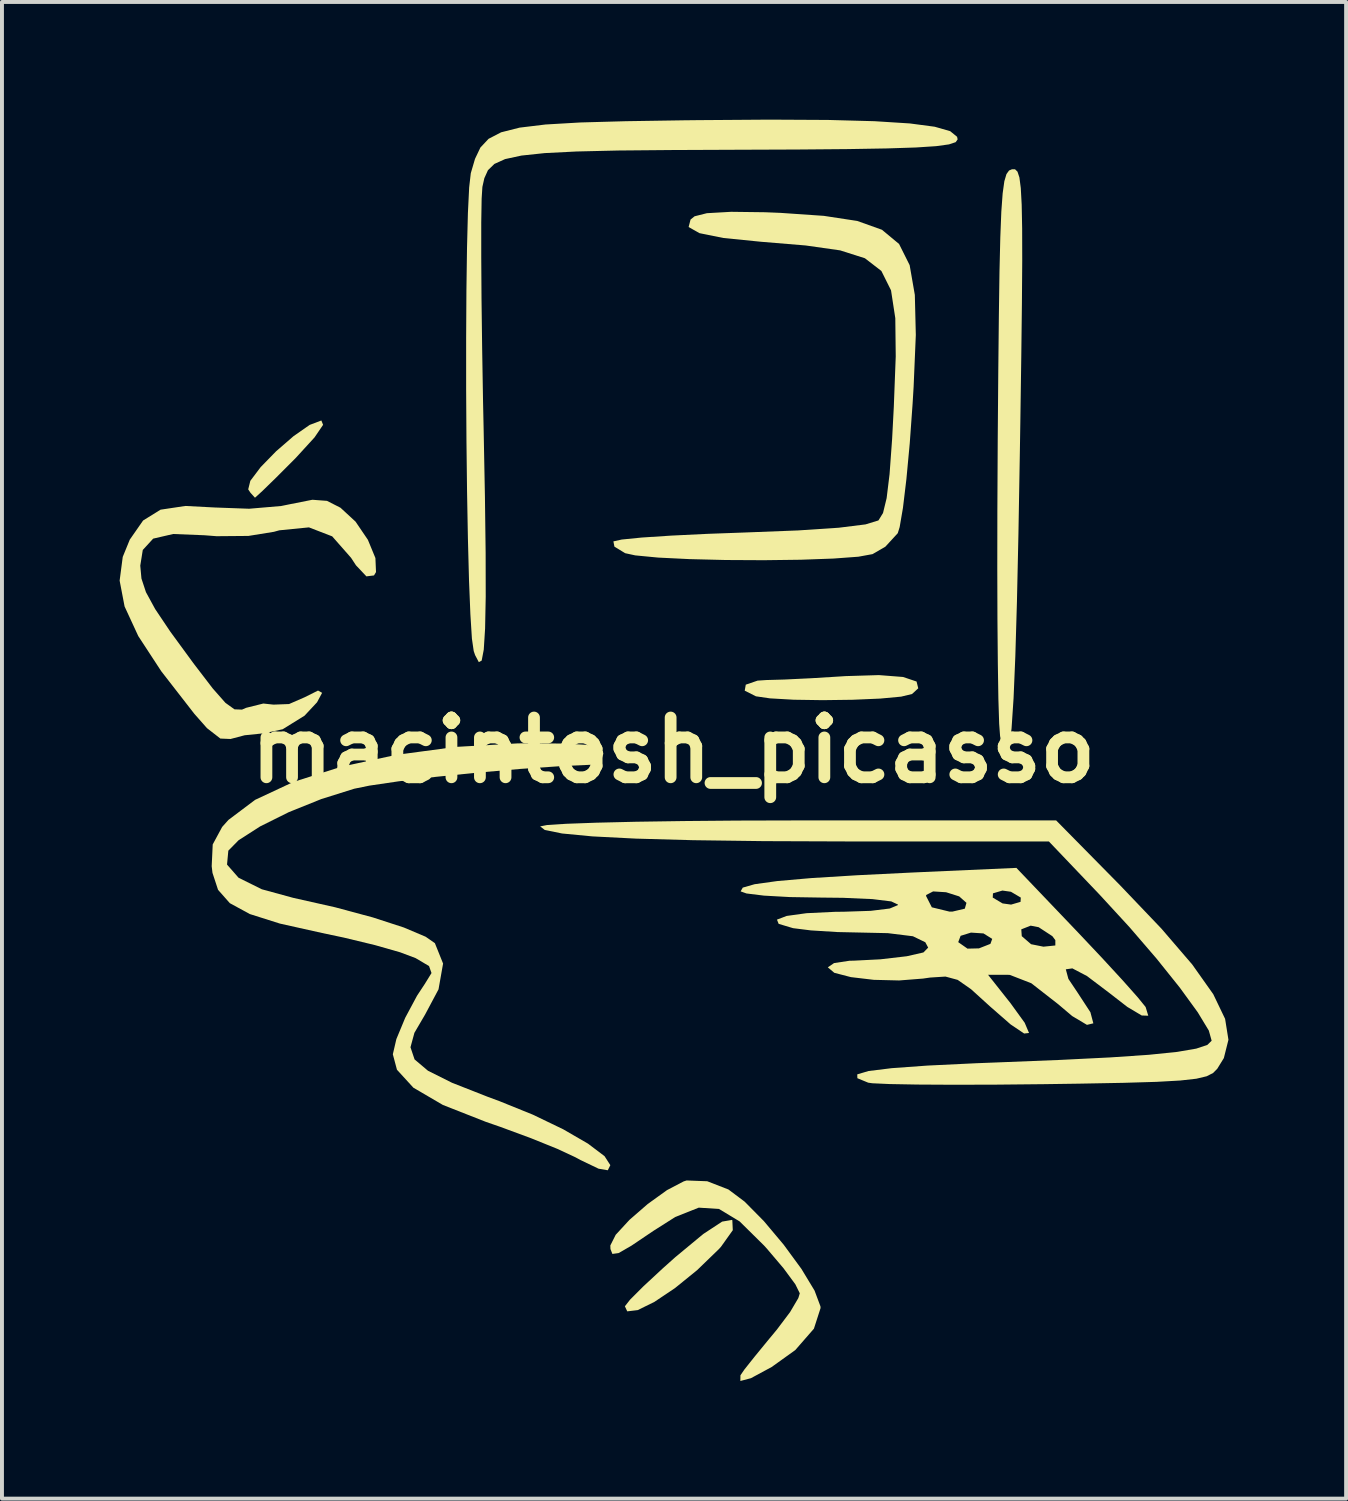
<source format=kicad_pcb>
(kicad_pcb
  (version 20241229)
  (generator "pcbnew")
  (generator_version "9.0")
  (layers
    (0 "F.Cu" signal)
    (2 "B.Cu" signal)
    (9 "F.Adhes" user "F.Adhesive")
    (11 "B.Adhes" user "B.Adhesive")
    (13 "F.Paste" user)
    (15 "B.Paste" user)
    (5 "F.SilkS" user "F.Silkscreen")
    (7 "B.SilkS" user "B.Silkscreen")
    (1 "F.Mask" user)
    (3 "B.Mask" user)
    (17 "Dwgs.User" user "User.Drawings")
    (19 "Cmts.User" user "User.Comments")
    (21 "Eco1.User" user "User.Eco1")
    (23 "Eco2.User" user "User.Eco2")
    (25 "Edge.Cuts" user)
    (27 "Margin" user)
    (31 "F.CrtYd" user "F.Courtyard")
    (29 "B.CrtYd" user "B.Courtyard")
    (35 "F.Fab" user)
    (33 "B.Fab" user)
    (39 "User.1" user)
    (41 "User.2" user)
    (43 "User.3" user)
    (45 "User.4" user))
  (footprint "macintosh_picasso"
    (layer "F.Cu")
    (at 14.12 16.077)
    (property "Reference" "macintosh_picasso" (at 0 0 0) (layer "F.SilkS") (effects (font (size 1.524 1.524) (thickness 0.3))))
    (attr board_only exclude_from_pos_files exclude_from_bom)
    (fp_poly (pts (xy -8.933 -8.296) (xy -9.151 -7.976) (xy -9.618 -7.465) (xy -9.659 -7.423) (xy -10.123 -6.958) (xy -10.478 -6.612) (xy -10.66 -6.446) (xy -10.671 -6.439) (xy -10.785 -6.565) (xy -10.842 -6.651) (xy -10.788 -6.869) (xy -10.524 -7.219) (xy -10.13 -7.623) (xy -9.687 -8.007) (xy -9.276 -8.294) (xy -8.978 -8.407) (xy -8.977 -8.407)) (stroke (width 0) (type solid)) (fill yes) (layer "F.SilkS"))
    (fp_poly (pts (xy 1.5 11.982) (xy 1.512 12.236) (xy 1.209 12.661) (xy 1.153 12.722) (xy 0.604 13.253) (xy 0.038 13.712) (xy -0.487 14.064) (xy -0.912 14.273) (xy -1.179 14.305) (xy -1.239 14.176) (xy -1.107 14.007) (xy -0.764 13.664) (xy -0.269 13.205) (xy 0.048 12.922) (xy 0.759 12.333) (xy 1.24 12.017) (xy 1.49 11.974)) (stroke (width 0) (type solid)) (fill yes) (layer "F.SilkS"))
    (fp_poly (pts (xy 5.853 -1.868) (xy 6.197 -1.752) (xy 6.24 -1.579) (xy 6.082 -1.434) (xy 5.805 -1.367) (xy 5.267 -1.317) (xy 4.567 -1.287) (xy 3.801 -1.277) (xy 3.066 -1.288) (xy 2.459 -1.323) (xy 2.102 -1.375) (xy 1.816 -1.519) (xy 1.843 -1.672) (xy 2.144 -1.775) (xy 2.37 -1.79) (xy 2.831 -1.803) (xy 3.512 -1.836) (xy 4.277 -1.883) (xy 4.382 -1.89) (xy 5.237 -1.916)) (stroke (width 0) (type solid)) (fill yes) (layer "F.SilkS"))
    (fp_poly (pts (xy 8.708 -14.811) (xy 8.77 -14.751) (xy 8.819 -14.603) (xy 8.854 -14.333) (xy 8.877 -13.91) (xy 8.889 -13.302) (xy 8.891 -12.478) (xy 8.883 -11.405) (xy 8.867 -10.051) (xy 8.843 -8.386) (xy 8.83 -7.57) (xy 8.794 -5.506) (xy 8.756 -3.785) (xy 8.715 -2.396) (xy 8.67 -1.324) (xy 8.619 -0.557) (xy 8.562 -0.081) (xy 8.498 0.118) (xy 8.426 0.053) (xy 8.345 -0.263) (xy 8.326 -0.363) (xy 8.303 -0.678) (xy 8.283 -1.308) (xy 8.269 -2.208) (xy 8.259 -3.336) (xy 8.255 -4.649) (xy 8.257 -6.102) (xy 8.265 -7.652) (xy 8.266 -7.868) (xy 8.28 -9.623) (xy 8.295 -11.054) (xy 8.311 -12.194) (xy 8.332 -13.075) (xy 8.358 -13.732) (xy 8.392 -14.198) (xy 8.435 -14.506) (xy 8.489 -14.689) (xy 8.555 -14.78) (xy 8.63 -14.812)) (stroke (width 0) (type solid)) (fill yes) (layer "F.SilkS"))
    (fp_poly (pts (xy 0.861 10.988) (xy 1.401 11.198) (xy 1.814 11.508) (xy 2.305 12.005) (xy 2.809 12.605) (xy 3.262 13.223) (xy 3.596 13.775) (xy 3.747 14.178) (xy 3.75 14.22) (xy 3.58 14.747) (xy 3.105 15.292) (xy 2.504 15.723) (xy 1.974 16.009) (xy 1.705 16.08) (xy 1.707 15.935) (xy 1.809 15.786) (xy 2.065 15.464) (xy 2.44 15.006) (xy 2.636 14.77) (xy 2.972 14.324) (xy 3.183 13.966) (xy 3.22 13.845) (xy 3.106 13.614) (xy 2.805 13.206) (xy 2.379 12.704) (xy 2.307 12.625) (xy 1.686 12.012) (xy 1.161 11.695) (xy 0.644 11.661) (xy 0.046 11.899) (xy -0.512 12.253) (xy -1.071 12.63) (xy -1.399 12.819) (xy -1.558 12.841) (xy -1.607 12.716) (xy -1.61 12.625) (xy -1.473 12.353) (xy -1.124 11.974) (xy -0.657 11.568) (xy -0.165 11.214) (xy 0.259 10.992) (xy 0.335 10.968)) (stroke (width 0) (type solid)) (fill yes) (layer "F.SilkS"))
    (fp_poly (pts (xy 2.337 -13.716) (xy 2.729 -13.7) (xy 3.833 -13.624) (xy 4.686 -13.494) (xy 5.315 -13.269) (xy 5.751 -12.907) (xy 6.021 -12.367) (xy 6.153 -11.608) (xy 6.178 -10.588) (xy 6.122 -9.265) (xy 6.096 -8.834) (xy 6.023 -7.821) (xy 5.938 -6.913) (xy 5.85 -6.179) (xy 5.766 -5.689) (xy 5.718 -5.534) (xy 5.402 -5.19) (xy 5.075 -5) (xy 4.713 -4.934) (xy 4.077 -4.887) (xy 3.246 -4.857) (xy 2.303 -4.845) (xy 1.328 -4.85) (xy 0.403 -4.873) (xy -0.392 -4.912) (xy -0.975 -4.968) (xy -1.233 -5.024) (xy -1.506 -5.191) (xy -1.532 -5.325) (xy -1.319 -5.372) (xy -0.808 -5.423) (xy -0.06 -5.472) (xy 0.867 -5.517) (xy 1.781 -5.55) (xy 3.175 -5.604) (xy 4.214 -5.673) (xy 4.896 -5.758) (xy 5.222 -5.858) (xy 5.228 -5.863) (xy 5.342 -6.049) (xy 5.434 -6.427) (xy 5.509 -7.041) (xy 5.574 -7.937) (xy 5.617 -8.757) (xy 5.666 -10.041) (xy 5.655 -11.015) (xy 5.546 -11.725) (xy 5.3 -12.219) (xy 4.88 -12.543) (xy 4.249 -12.744) (xy 3.369 -12.869) (xy 2.236 -12.963) (xy 1.276 -13.059) (xy 0.662 -13.183) (xy 0.386 -13.339) (xy 0.435 -13.53) (xy 0.538 -13.613) (xy 0.852 -13.692) (xy 1.47 -13.727)) (stroke (width 0) (type solid)) (fill yes) (layer "F.SilkS"))
    (fp_poly (pts (xy -8.834 -6.358) (xy -8.49 -6.183) (xy -8.106 -5.829) (xy -7.791 -5.365) (xy -7.599 -4.9) (xy -7.584 -4.542) (xy -7.635 -4.457) (xy -7.829 -4.433) (xy -8.095 -4.715) (xy -8.22 -4.906) (xy -8.701 -5.453) (xy -9.294 -5.682) (xy -10.049 -5.607) (xy -10.187 -5.569) (xy -10.836 -5.464) (xy -11.649 -5.457) (xy -11.956 -5.481) (xy -12.755 -5.513) (xy -13.265 -5.395) (xy -13.53 -5.106) (xy -13.594 -4.706) (xy -13.564 -4.378) (xy -13.449 -4.03) (xy -13.214 -3.599) (xy -12.826 -3.021) (xy -12.248 -2.231) (xy -12.218 -2.191) (xy -11.746 -1.575) (xy -11.422 -1.208) (xy -11.192 -1.043) (xy -11.001 -1.036) (xy -10.894 -1.082) (xy -10.457 -1.191) (xy -10.197 -1.163) (xy -9.801 -1.178) (xy -9.399 -1.353) (xy -9.062 -1.522) (xy -8.958 -1.464) (xy -9.087 -1.223) (xy -9.406 -0.881) (xy -9.964 -0.535) (xy -10.434 -0.433) (xy -10.933 -0.382) (xy -11.293 -0.287) (xy -11.552 -0.298) (xy -11.894 -0.564) (xy -12.215 -0.928) (xy -13.058 -2.013) (xy -13.645 -2.911) (xy -13.994 -3.666) (xy -14.12 -4.324) (xy -14.041 -4.929) (xy -13.861 -5.37) (xy -13.522 -5.857) (xy -13.077 -6.133) (xy -12.444 -6.228) (xy -11.694 -6.189) (xy -10.818 -6.157) (xy -10.001 -6.227) (xy -9.756 -6.277) (xy -9.206 -6.386)) (stroke (width 0) (type solid)) (fill yes) (layer "F.SilkS"))
    (fp_poly (pts (xy 11.386 3.443) (xy 12.439 4.547) (xy 13.225 5.462) (xy 13.761 6.219) (xy 14.063 6.848) (xy 14.148 7.381) (xy 14.031 7.848) (xy 13.864 8.119) (xy 13.758 8.227) (xy 13.595 8.311) (xy 13.331 8.374) (xy 12.919 8.42) (xy 12.314 8.454) (xy 11.471 8.479) (xy 10.346 8.5) (xy 9.442 8.513) (xy 8.242 8.525) (xy 7.15 8.528) (xy 6.221 8.523) (xy 5.51 8.51) (xy 5.07 8.49) (xy 4.964 8.475) (xy 4.688 8.361) (xy 4.685 8.263) (xy 4.972 8.178) (xy 5.564 8.105) (xy 6.476 8.039) (xy 7.724 7.979) (xy 8.242 7.959) (xy 9.851 7.895) (xy 11.134 7.831) (xy 12.12 7.764) (xy 12.841 7.69) (xy 13.327 7.607) (xy 13.611 7.512) (xy 13.72 7.405) (xy 13.648 7.147) (xy 13.365 6.68) (xy 12.909 6.053) (xy 12.317 5.314) (xy 11.626 4.511) (xy 10.874 3.693) (xy 10.861 3.679) (xy 9.57 2.325) (xy 4.454 2.325) (xy 2.3 2.317) (xy 0.498 2.293) (xy -0.956 2.253) (xy -2.068 2.196) (xy -2.841 2.122) (xy -3.282 2.032) (xy -3.399 1.941) (xy -3.226 1.907) (xy -2.736 1.875) (xy -1.966 1.847) (xy -0.958 1.823) (xy 0.25 1.805) (xy 1.619 1.793) (xy 3.108 1.789) (xy 3.179 1.789) (xy 9.756 1.789)) (stroke (width 0) (type solid)) (fill yes) (layer "F.SilkS"))
    (fp_poly (pts (xy 3.943 -16.069) (xy 5.128 -16.037) (xy 6.026 -15.98) (xy 6.66 -15.896) (xy 7.054 -15.783) (xy 7.23 -15.64) (xy 7.244 -15.574) (xy 7.195 -15.503) (xy 7.024 -15.446) (xy 6.697 -15.401) (xy 6.181 -15.367) (xy 5.442 -15.343) (xy 4.445 -15.326) (xy 3.158 -15.315) (xy 1.61 -15.309) (xy -0.06 -15.302) (xy -1.408 -15.29) (xy -2.47 -15.265) (xy -3.281 -15.224) (xy -3.876 -15.161) (xy -4.293 -15.071) (xy -4.565 -14.948) (xy -4.73 -14.788) (xy -4.822 -14.584) (xy -4.872 -14.361) (xy -4.891 -14.063) (xy -4.901 -13.455) (xy -4.901 -12.585) (xy -4.894 -11.501) (xy -4.878 -10.25) (xy -4.855 -8.881) (xy -4.841 -8.228) (xy -4.807 -6.459) (xy -4.789 -5.028) (xy -4.787 -3.915) (xy -4.803 -3.1) (xy -4.837 -2.564) (xy -4.89 -2.286) (xy -4.963 -2.246) (xy -5.058 -2.426) (xy -5.093 -2.529) (xy -5.139 -2.846) (xy -5.178 -3.466) (xy -5.213 -4.336) (xy -5.241 -5.399) (xy -5.263 -6.602) (xy -5.278 -7.89) (xy -5.286 -9.208) (xy -5.286 -10.503) (xy -5.279 -11.719) (xy -5.264 -12.802) (xy -5.241 -13.697) (xy -5.209 -14.35) (xy -5.168 -14.707) (xy -5.167 -14.713) (xy -5.06 -15.077) (xy -4.923 -15.365) (xy -4.714 -15.588) (xy -4.394 -15.754) (xy -3.924 -15.873) (xy -3.263 -15.953) (xy -2.373 -16.005) (xy -1.212 -16.037) (xy 0.258 -16.06) (xy 0.618 -16.064) (xy 2.447 -16.077)) (stroke (width 0) (type solid)) (fill yes) (layer "F.SilkS"))
    (fp_poly (pts (xy -2.776 -0.17) (xy -2.23 -0.139) (xy -1.924 -0.076) (xy -1.8 0.026) (xy -1.789 0.089) (xy -1.862 0.33) (xy -1.923 0.362) (xy -2.837 0.403) (xy -3.888 0.475) (xy -4.99 0.57) (xy -6.058 0.678) (xy -7.007 0.792) (xy -7.752 0.902) (xy -8.139 0.981) (xy -8.98 1.245) (xy -9.809 1.579) (xy -10.54 1.943) (xy -11.087 2.294) (xy -11.349 2.56) (xy -11.382 2.915) (xy -11.088 3.25) (xy -10.496 3.544) (xy -9.698 3.762) (xy -8.627 4.003) (xy -7.664 4.262) (xy -6.874 4.519) (xy -6.319 4.754) (xy -6.083 4.918) (xy -5.874 5.438) (xy -5.99 6.095) (xy -6.333 6.739) (xy -6.605 7.204) (xy -6.705 7.572) (xy -6.601 7.882) (xy -6.259 8.171) (xy -5.647 8.477) (xy -4.734 8.836) (xy -4.434 8.947) (xy -3.584 9.291) (xy -2.81 9.664) (xy -2.18 10.029) (xy -1.758 10.348) (xy -1.61 10.578) (xy -1.675 10.708) (xy -1.91 10.668) (xy -2.373 10.446) (xy -2.504 10.375) (xy -2.954 10.165) (xy -3.629 9.892) (xy -4.414 9.602) (xy -4.783 9.474) (xy -5.879 9.043) (xy -6.631 8.603) (xy -7.05 8.145) (xy -7.155 7.751) (xy -7.065 7.364) (xy -6.839 6.82) (xy -6.538 6.258) (xy -6.341 5.959) (xy -6.169 5.68) (xy -6.232 5.502) (xy -6.575 5.299) (xy -6.575 5.299) (xy -6.969 5.151) (xy -7.613 4.967) (xy -8.405 4.776) (xy -8.959 4.659) (xy -10.034 4.419) (xy -10.801 4.176) (xy -11.31 3.899) (xy -11.611 3.559) (xy -11.753 3.126) (xy -11.773 2.956) (xy -11.747 2.401) (xy -11.506 1.955) (xy -11.346 1.776) (xy -10.667 1.265) (xy -9.69 0.808) (xy -8.474 0.422) (xy -7.076 0.119) (xy -5.556 -0.085) (xy -3.969 -0.175) (xy -3.622 -0.178)) (stroke (width 0) (type solid)) (fill yes) (layer "F.SilkS"))
    (fp_poly (pts (xy 10.319 4.651) (xy 10.928 5.297) (xy 11.452 5.866) (xy 11.837 6.3) (xy 12.032 6.54) (xy 12.038 6.55) (xy 12.104 6.768) (xy 11.937 6.762) (xy 11.571 6.544) (xy 11.09 6.171) (xy 10.541 5.756) (xy 10.169 5.561) (xy 10.002 5.585) (xy 10.068 5.829) (xy 10.293 6.165) (xy 10.629 6.679) (xy 10.704 6.962) (xy 10.541 7.001) (xy 10.165 6.777) (xy 9.807 6.474) (xy 9.122 5.94) (xy 8.577 5.728) (xy 8.506 5.724) (xy 8.019 5.724) (xy 8.592 6.448) (xy 8.954 6.948) (xy 9.064 7.208) (xy 8.94 7.222) (xy 8.595 6.99) (xy 8.073 6.534) (xy 7.587 6.093) (xy 7.245 5.854) (xy 6.934 5.77) (xy 6.542 5.795) (xy 6.362 5.821) (xy 5.753 5.869) (xy 5.107 5.853) (xy 4.523 5.784) (xy 4.1 5.674) (xy 3.935 5.535) (xy 3.935 5.534) (xy 4.093 5.426) (xy 4.485 5.367) (xy 4.606 5.364) (xy 5.274 5.33) (xy 5.944 5.252) (xy 5.95 5.251) (xy 6.372 5.155) (xy 6.493 5.032) (xy 6.42 4.895) (xy 6.414 4.892) (xy 7.259 4.892) (xy 7.496 5.058) (xy 7.788 5.051) (xy 8.08 4.936) (xy 8.126 4.809) (xy 7.903 4.67) (xy 7.584 4.649) (xy 7.32 4.731) (xy 7.259 4.892) (xy 6.414 4.892) (xy 6.104 4.742) (xy 5.465 4.663) (xy 4.919 4.651) (xy 4.181 4.635) (xy 3.504 4.593) (xy 3.29 4.566) (xy 8.867 4.566) (xy 8.879 4.74) (xy 9.117 4.945) (xy 9.432 5.008) (xy 9.735 4.977) (xy 9.735 4.841) (xy 9.659 4.74) (xy 9.309 4.511) (xy 9.106 4.472) (xy 8.867 4.566) (xy 3.29 4.566) (xy 3.049 4.536) (xy 2.681 4.426) (xy 2.638 4.318) (xy 2.886 4.224) (xy 3.392 4.154) (xy 4.122 4.119) (xy 4.338 4.117) (xy 5.028 4.094) (xy 5.513 4.035) (xy 5.721 3.948) (xy 5.724 3.935) (xy 5.553 3.854) (xy 5.071 3.795) (xy 4.323 3.762) (xy 3.767 3.756) (xy 2.966 3.743) (xy 2.465 3.715) (xy 6.439 3.715) (xy 6.586 4.004) (xy 7.033 4.113) (xy 7.11 4.114) (xy 7.427 4.039) (xy 7.469 3.89) (xy 7.318 3.756) (xy 8.139 3.756) (xy 8.39 3.905) (xy 8.607 3.935) (xy 8.848 3.865) (xy 8.854 3.756) (xy 8.603 3.608) (xy 8.386 3.577) (xy 8.145 3.648) (xy 8.139 3.756) (xy 7.318 3.756) (xy 7.284 3.726) (xy 6.95 3.62) (xy 6.619 3.599) (xy 6.443 3.69) (xy 6.439 3.715) (xy 2.465 3.715) (xy 2.305 3.706) (xy 1.86 3.651) (xy 1.712 3.598) (xy 1.766 3.502) (xy 2.07 3.415) (xy 2.645 3.335) (xy 3.512 3.259) (xy 4.695 3.186) (xy 6.115 3.116) (xy 8.742 2.999)) (stroke (width 0) (type solid)) (fill yes) (layer "F.SilkS")))
  (gr_rect
    (start -3 -3)
    (end 31.268 35.157)
    (stroke (width 0.1) (type default))
    (fill no)
    (layer "Edge.Cuts")))
</source>
